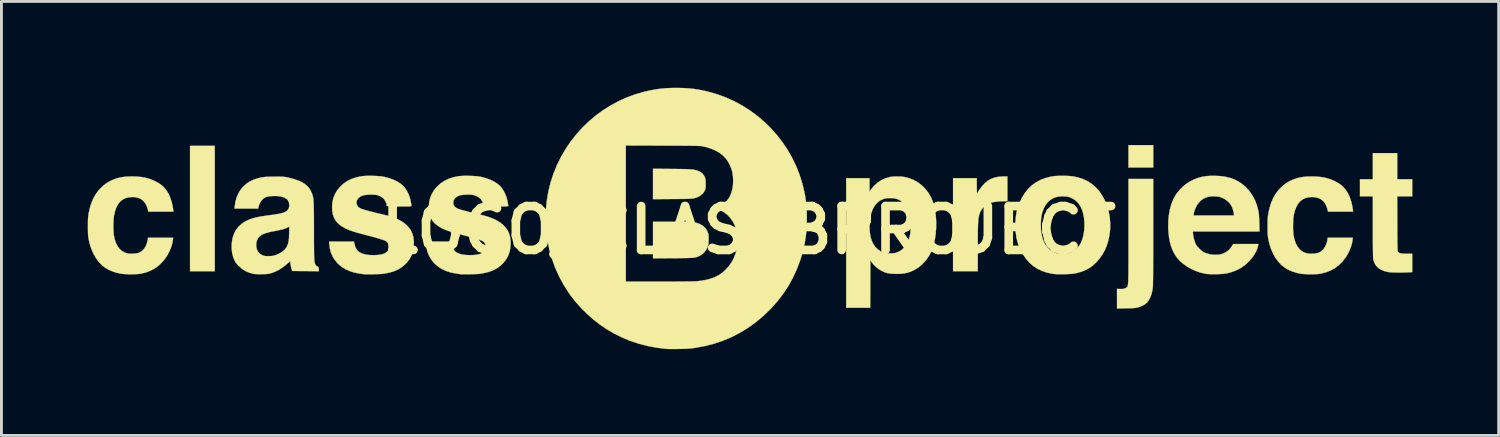
<source format=kicad_pcb>
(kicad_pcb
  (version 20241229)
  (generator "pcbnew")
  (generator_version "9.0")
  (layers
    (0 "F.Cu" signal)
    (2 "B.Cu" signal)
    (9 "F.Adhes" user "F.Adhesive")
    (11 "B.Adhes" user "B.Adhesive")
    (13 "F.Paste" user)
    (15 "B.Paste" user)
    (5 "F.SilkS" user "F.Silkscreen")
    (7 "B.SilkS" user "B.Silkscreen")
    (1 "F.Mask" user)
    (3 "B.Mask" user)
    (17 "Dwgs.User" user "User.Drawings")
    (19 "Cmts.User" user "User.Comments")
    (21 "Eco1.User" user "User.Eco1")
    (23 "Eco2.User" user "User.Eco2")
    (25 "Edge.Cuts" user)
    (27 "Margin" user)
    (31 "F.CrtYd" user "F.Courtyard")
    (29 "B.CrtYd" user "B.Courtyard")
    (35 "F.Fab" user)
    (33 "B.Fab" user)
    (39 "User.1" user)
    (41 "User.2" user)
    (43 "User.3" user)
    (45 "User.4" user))
  (footprint "LOGO_CLASSBPROJECT"
    (layer "F.Cu")
    (at 22.966 4.945)
    (property "Reference" "LOGO_CLASSBPROJECT" (at 0 0 0) (layer "F.SilkS") (effects (font (size 1.524 1.524) (thickness 0.3))))
    (attr through_hole)
    (fp_poly (pts (xy -18.554 1.427) (xy -19.413 1.427) (xy -19.413 -2.927) (xy -18.554 -2.927) (xy -18.554 1.427)) (stroke (width 0.01) (type solid)) (fill yes) (layer "F.SilkS"))
    (fp_poly (pts (xy 14.055 -2.177) (xy 13.196 -2.177) (xy 13.196 -2.951) (xy 14.055 -2.951) (xy 14.055 -2.177)) (stroke (width 0.01) (type solid)) (fill yes) (layer "F.SilkS"))
    (fp_poly (pts (xy 8.987 -1.004) (xy 8.893 -1.004) (xy 8.783 -1.001) (xy 8.676 -0.994) (xy 8.576 -0.983) (xy 8.489 -0.969) (xy 8.42 -0.953) (xy 8.414 -0.951) (xy 8.299 -0.903) (xy 8.201 -0.838) (xy 8.121 -0.756) (xy 8.057 -0.658) (xy 8.012 -0.543) (xy 8.003 -0.508) (xy 7.994 -0.47) (xy 7.987 -0.429) (xy 7.981 -0.382) (xy 7.975 -0.328) (xy 7.971 -0.265) (xy 7.967 -0.191) (xy 7.965 -0.104) (xy 7.962 -0.003) (xy 7.961 0.115) (xy 7.96 0.251) (xy 7.959 0.406) (xy 7.959 0.584) (xy 7.959 0.632) (xy 7.959 1.427) (xy 7.1 1.427) (xy 7.1 -1.802) (xy 7.922 -1.802) (xy 7.925 -1.536) (xy 7.928 -1.27) (xy 8.003 -1.383) (xy 8.099 -1.514) (xy 8.197 -1.622) (xy 8.3 -1.709) (xy 8.411 -1.775) (xy 8.531 -1.821) (xy 8.662 -1.85) (xy 8.807 -1.862) (xy 8.845 -1.862) (xy 8.987 -1.863) (xy 8.987 -1.004)) (stroke (width 0.01) (type solid)) (fill yes) (layer "F.SilkS"))
    (fp_poly (pts (xy -2.712 -0.29) (xy -2.545 -0.29) (xy -2.399 -0.289) (xy -2.274 -0.288) (xy -2.166 -0.285) (xy -2.075 -0.282) (xy -1.997 -0.277) (xy -1.931 -0.271) (xy -1.874 -0.263) (xy -1.825 -0.253) (xy -1.781 -0.241) (xy -1.741 -0.227) (xy -1.701 -0.211) (xy -1.673 -0.197) (xy -1.579 -0.139) (xy -1.503 -0.065) (xy -1.445 0.025) (xy -1.407 0.127) (xy -1.398 0.178) (xy -1.393 0.245) (xy -1.392 0.32) (xy -1.394 0.396) (xy -1.4 0.464) (xy -1.404 0.491) (xy -1.435 0.598) (xy -1.486 0.697) (xy -1.554 0.783) (xy -1.637 0.854) (xy -1.709 0.896) (xy -1.742 0.911) (xy -1.773 0.924) (xy -1.803 0.935) (xy -1.836 0.944) (xy -1.872 0.952) (xy -1.915 0.958) (xy -1.966 0.963) (xy -2.027 0.967) (xy -2.101 0.969) (xy -2.189 0.972) (xy -2.295 0.973) (xy -2.419 0.975) (xy -2.564 0.976) (xy -2.64 0.976) (xy -3.326 0.981) (xy -3.326 -0.29) (xy -2.712 -0.29)) (stroke (width 0.01) (type solid)) (fill yes) (layer "F.SilkS"))
    (fp_poly (pts (xy -2.676 -2.125) (xy -2.526 -2.124) (xy -2.397 -2.122) (xy -2.288 -2.121) (xy -2.196 -2.119) (xy -2.118 -2.116) (xy -2.053 -2.113) (xy -1.998 -2.108) (xy -1.951 -2.103) (xy -1.909 -2.097) (xy -1.871 -2.089) (xy -1.832 -2.08) (xy -1.793 -2.069) (xy -1.774 -2.063) (xy -1.69 -2.027) (xy -1.617 -1.97) (xy -1.563 -1.907) (xy -1.535 -1.86) (xy -1.516 -1.814) (xy -1.503 -1.763) (xy -1.497 -1.701) (xy -1.494 -1.622) (xy -1.494 -1.603) (xy -1.495 -1.535) (xy -1.498 -1.485) (xy -1.504 -1.445) (xy -1.514 -1.411) (xy -1.522 -1.389) (xy -1.567 -1.304) (xy -1.631 -1.234) (xy -1.714 -1.178) (xy -1.736 -1.167) (xy -1.771 -1.15) (xy -1.803 -1.136) (xy -1.835 -1.124) (xy -1.867 -1.114) (xy -1.904 -1.106) (xy -1.946 -1.099) (xy -1.996 -1.094) (xy -2.056 -1.09) (xy -2.129 -1.087) (xy -2.216 -1.084) (xy -2.32 -1.083) (xy -2.443 -1.081) (xy -2.586 -1.08) (xy -2.658 -1.08) (xy -3.326 -1.075) (xy -3.326 -2.131) (xy -2.676 -2.125)) (stroke (width 0.01) (type solid)) (fill yes) (layer "F.SilkS"))
    (fp_poly (pts (xy 22.533 -1.766) (xy 23.054 -1.766) (xy 23.054 -1.173) (xy 22.533 -1.173) (xy 22.536 -0.225) (xy 22.537 -0.051) (xy 22.537 0.1) (xy 22.538 0.231) (xy 22.539 0.341) (xy 22.539 0.435) (xy 22.54 0.512) (xy 22.541 0.575) (xy 22.543 0.625) (xy 22.545 0.664) (xy 22.547 0.694) (xy 22.549 0.715) (xy 22.552 0.731) (xy 22.555 0.742) (xy 22.559 0.75) (xy 22.564 0.756) (xy 22.565 0.758) (xy 22.586 0.78) (xy 22.614 0.796) (xy 22.652 0.808) (xy 22.705 0.816) (xy 22.774 0.82) (xy 22.864 0.822) (xy 22.869 0.822) (xy 23.054 0.822) (xy 23.054 1.46) (xy 22.899 1.468) (xy 22.796 1.472) (xy 22.689 1.474) (xy 22.583 1.475) (xy 22.48 1.473) (xy 22.386 1.471) (xy 22.306 1.466) (xy 22.243 1.46) (xy 22.217 1.457) (xy 22.083 1.424) (xy 21.969 1.376) (xy 21.875 1.314) (xy 21.799 1.238) (xy 21.744 1.148) (xy 21.707 1.043) (xy 21.7 1.01) (xy 21.697 0.982) (xy 21.695 0.93) (xy 21.693 0.854) (xy 21.691 0.754) (xy 21.689 0.63) (xy 21.688 0.481) (xy 21.687 0.309) (xy 21.687 0.112) (xy 21.687 -0.108) (xy 21.687 -1.173) (xy 21.239 -1.173) (xy 21.239 -1.766) (xy 21.687 -1.766) (xy 21.687 -2.673) (xy 22.533 -2.673) (xy 22.533 -1.766)) (stroke (width 0.01) (type solid)) (fill yes) (layer "F.SilkS"))
    (fp_poly (pts (xy 14.054 0.039) (xy 14.054 0.279) (xy 14.054 0.507) (xy 14.054 0.723) (xy 14.053 0.925) (xy 14.052 1.113) (xy 14.052 1.285) (xy 14.051 1.44) (xy 14.05 1.578) (xy 14.049 1.697) (xy 14.047 1.797) (xy 14.046 1.875) (xy 14.044 1.932) (xy 14.043 1.966) (xy 14.043 1.972) (xy 14.02 2.124) (xy 13.984 2.259) (xy 13.935 2.377) (xy 13.875 2.475) (xy 13.844 2.513) (xy 13.775 2.573) (xy 13.685 2.626) (xy 13.576 2.669) (xy 13.516 2.687) (xy 13.483 2.695) (xy 13.449 2.702) (xy 13.41 2.707) (xy 13.363 2.71) (xy 13.304 2.713) (xy 13.229 2.716) (xy 13.135 2.718) (xy 13.108 2.718) (xy 12.797 2.724) (xy 12.797 2.041) (xy 12.878 2.047) (xy 12.971 2.048) (xy 13.049 2.035) (xy 13.109 2.008) (xy 13.119 2.001) (xy 13.129 1.994) (xy 13.138 1.988) (xy 13.147 1.981) (xy 13.154 1.972) (xy 13.161 1.961) (xy 13.167 1.946) (xy 13.172 1.926) (xy 13.176 1.901) (xy 13.18 1.867) (xy 13.184 1.826) (xy 13.187 1.775) (xy 13.189 1.714) (xy 13.191 1.64) (xy 13.193 1.554) (xy 13.194 1.454) (xy 13.195 1.339) (xy 13.195 1.207) (xy 13.196 1.058) (xy 13.196 0.89) (xy 13.196 0.703) (xy 13.196 0.494) (xy 13.196 0.264) (xy 13.196 0.034) (xy 13.196 -1.778) (xy 14.055 -1.778) (xy 14.054 0.039)) (stroke (width 0.01) (type solid)) (fill yes) (layer "F.SilkS"))
    (fp_poly (pts (xy 5.249 -1.861) (xy 5.337 -1.855) (xy 5.411 -1.845) (xy 5.414 -1.845) (xy 5.584 -1.8) (xy 5.744 -1.735) (xy 5.891 -1.649) (xy 6.025 -1.545) (xy 6.145 -1.424) (xy 6.249 -1.286) (xy 6.337 -1.133) (xy 6.406 -0.966) (xy 6.441 -0.851) (xy 6.479 -0.669) (xy 6.503 -0.474) (xy 6.514 -0.271) (xy 6.512 -0.066) (xy 6.496 0.137) (xy 6.466 0.332) (xy 6.424 0.514) (xy 6.404 0.579) (xy 6.345 0.737) (xy 6.275 0.877) (xy 6.19 1.005) (xy 6.089 1.124) (xy 6.084 1.129) (xy 5.997 1.215) (xy 5.913 1.285) (xy 5.826 1.344) (xy 5.754 1.385) (xy 5.639 1.439) (xy 5.525 1.478) (xy 5.406 1.505) (xy 5.276 1.519) (xy 5.131 1.522) (xy 5.084 1.521) (xy 4.984 1.516) (xy 4.902 1.509) (xy 4.831 1.497) (xy 4.766 1.479) (xy 4.7 1.454) (xy 4.628 1.421) (xy 4.623 1.419) (xy 4.512 1.353) (xy 4.406 1.267) (xy 4.312 1.166) (xy 4.281 1.126) (xy 4.227 1.051) (xy 4.224 1.874) (xy 4.221 2.697) (xy 3.387 2.697) (xy 3.387 -0.106) (xy 4.197 -0.106) (xy 4.205 0.065) (xy 4.23 0.22) (xy 4.27 0.358) (xy 4.326 0.48) (xy 4.397 0.584) (xy 4.483 0.669) (xy 4.584 0.737) (xy 4.699 0.785) (xy 4.724 0.792) (xy 4.776 0.801) (xy 4.844 0.807) (xy 4.919 0.809) (xy 4.993 0.807) (xy 5.059 0.801) (xy 5.103 0.793) (xy 5.214 0.751) (xy 5.315 0.688) (xy 5.402 0.605) (xy 5.478 0.502) (xy 5.54 0.379) (xy 5.55 0.353) (xy 5.586 0.246) (xy 5.611 0.134) (xy 5.626 0.011) (xy 5.633 -0.097) (xy 5.634 -0.247) (xy 5.622 -0.382) (xy 5.599 -0.506) (xy 5.58 -0.573) (xy 5.527 -0.712) (xy 5.464 -0.831) (xy 5.389 -0.928) (xy 5.303 -1.005) (xy 5.204 -1.061) (xy 5.11 -1.094) (xy 5.047 -1.105) (xy 4.969 -1.111) (xy 4.885 -1.112) (xy 4.805 -1.107) (xy 4.738 -1.097) (xy 4.724 -1.094) (xy 4.611 -1.053) (xy 4.512 -0.992) (xy 4.426 -0.911) (xy 4.353 -0.811) (xy 4.294 -0.692) (xy 4.248 -0.555) (xy 4.217 -0.4) (xy 4.2 -0.228) (xy 4.197 -0.106) (xy 3.387 -0.106) (xy 3.387 -1.802) (xy 4.197 -1.802) (xy 4.197 -1.34) (xy 4.254 -1.417) (xy 4.361 -1.544) (xy 4.48 -1.651) (xy 4.611 -1.737) (xy 4.753 -1.801) (xy 4.901 -1.844) (xy 4.972 -1.854) (xy 5.058 -1.86) (xy 5.153 -1.862) (xy 5.249 -1.861)) (stroke (width 0.01) (type solid)) (fill yes) (layer "F.SilkS"))
    (fp_poly (pts (xy 16.365 -1.879) (xy 16.553 -1.855) (xy 16.726 -1.814) (xy 16.885 -1.756) (xy 17.031 -1.68) (xy 17.166 -1.585) (xy 17.269 -1.496) (xy 17.394 -1.359) (xy 17.501 -1.208) (xy 17.588 -1.044) (xy 17.657 -0.864) (xy 17.707 -0.669) (xy 17.715 -0.629) (xy 17.723 -0.571) (xy 17.73 -0.491) (xy 17.736 -0.391) (xy 17.74 -0.273) (xy 17.741 -0.239) (xy 17.747 0.048) (xy 15.43 0.048) (xy 15.438 0.14) (xy 15.45 0.218) (xy 15.469 0.304) (xy 15.494 0.389) (xy 15.522 0.464) (xy 15.54 0.502) (xy 15.575 0.555) (xy 15.626 0.614) (xy 15.685 0.673) (xy 15.747 0.725) (xy 15.805 0.765) (xy 15.817 0.772) (xy 15.915 0.812) (xy 16.027 0.841) (xy 16.145 0.857) (xy 16.263 0.86) (xy 16.373 0.848) (xy 16.408 0.84) (xy 16.521 0.8) (xy 16.623 0.74) (xy 16.71 0.664) (xy 16.78 0.572) (xy 16.788 0.558) (xy 16.831 0.485) (xy 17.27 0.484) (xy 17.709 0.484) (xy 17.701 0.529) (xy 17.669 0.648) (xy 17.617 0.768) (xy 17.542 0.891) (xy 17.508 0.937) (xy 17.39 1.079) (xy 17.261 1.2) (xy 17.119 1.303) (xy 16.963 1.387) (xy 16.791 1.455) (xy 16.625 1.501) (xy 16.565 1.511) (xy 16.486 1.52) (xy 16.395 1.526) (xy 16.295 1.531) (xy 16.192 1.533) (xy 16.093 1.533) (xy 16.002 1.53) (xy 15.924 1.524) (xy 15.875 1.518) (xy 15.707 1.479) (xy 15.542 1.424) (xy 15.384 1.353) (xy 15.236 1.269) (xy 15.1 1.174) (xy 14.98 1.069) (xy 14.88 0.957) (xy 14.837 0.898) (xy 14.757 0.76) (xy 14.692 0.61) (xy 14.642 0.446) (xy 14.606 0.265) (xy 14.585 0.067) (xy 14.578 -0.061) (xy 14.579 -0.293) (xy 14.598 -0.511) (xy 14.601 -0.533) (xy 15.458 -0.533) (xy 15.458 -0.508) (xy 16.861 -0.508) (xy 16.861 -0.539) (xy 16.856 -0.586) (xy 16.843 -0.647) (xy 16.825 -0.714) (xy 16.803 -0.778) (xy 16.784 -0.822) (xy 16.727 -0.915) (xy 16.65 -0.997) (xy 16.557 -1.068) (xy 16.453 -1.123) (xy 16.359 -1.155) (xy 16.303 -1.165) (xy 16.231 -1.171) (xy 16.152 -1.173) (xy 16.074 -1.171) (xy 16.005 -1.165) (xy 15.975 -1.16) (xy 15.864 -1.125) (xy 15.762 -1.068) (xy 15.672 -0.992) (xy 15.595 -0.897) (xy 15.543 -0.807) (xy 15.514 -0.74) (xy 15.489 -0.672) (xy 15.47 -0.608) (xy 15.459 -0.555) (xy 15.458 -0.533) (xy 14.601 -0.533) (xy 14.633 -0.714) (xy 14.685 -0.902) (xy 14.755 -1.073) (xy 14.841 -1.227) (xy 14.856 -1.25) (xy 14.969 -1.395) (xy 15.099 -1.524) (xy 15.244 -1.636) (xy 15.403 -1.728) (xy 15.476 -1.762) (xy 15.601 -1.81) (xy 15.726 -1.845) (xy 15.859 -1.869) (xy 16.003 -1.883) (xy 16.159 -1.887) (xy 16.365 -1.879)) (stroke (width 0.01) (type solid)) (fill yes) (layer "F.SilkS"))
    (fp_poly (pts (xy -21.266 -1.859) (xy -21.115 -1.846) (xy -20.978 -1.823) (xy -20.85 -1.789) (xy -20.725 -1.744) (xy -20.628 -1.7) (xy -20.509 -1.636) (xy -20.409 -1.567) (xy -20.323 -1.49) (xy -20.248 -1.4) (xy -20.182 -1.301) (xy -20.135 -1.211) (xy -20.092 -1.102) (xy -20.054 -0.983) (xy -20.023 -0.859) (xy -20.002 -0.736) (xy -20 -0.716) (xy -19.991 -0.641) (xy -20.861 -0.641) (xy -20.88 -0.719) (xy -20.919 -0.838) (xy -20.971 -0.938) (xy -21.038 -1.018) (xy -21.12 -1.079) (xy -21.216 -1.121) (xy -21.327 -1.144) (xy -21.421 -1.149) (xy -21.545 -1.139) (xy -21.656 -1.111) (xy -21.753 -1.062) (xy -21.838 -0.994) (xy -21.91 -0.905) (xy -21.969 -0.797) (xy -22.016 -0.667) (xy -22.052 -0.517) (xy -22.057 -0.486) (xy -22.066 -0.414) (xy -22.072 -0.325) (xy -22.076 -0.224) (xy -22.077 -0.12) (xy -22.075 -0.018) (xy -22.071 0.074) (xy -22.064 0.151) (xy -22.063 0.163) (xy -22.033 0.313) (xy -21.989 0.445) (xy -21.932 0.558) (xy -21.862 0.652) (xy -21.779 0.726) (xy -21.684 0.78) (xy -21.589 0.81) (xy -21.524 0.819) (xy -21.446 0.822) (xy -21.363 0.819) (xy -21.284 0.81) (xy -21.216 0.796) (xy -21.186 0.787) (xy -21.102 0.741) (xy -21.029 0.675) (xy -20.969 0.59) (xy -20.967 0.588) (xy -20.942 0.536) (xy -20.918 0.474) (xy -20.898 0.41) (xy -20.883 0.351) (xy -20.876 0.305) (xy -20.876 0.3) (xy -20.876 0.266) (xy -20.002 0.266) (xy -20.01 0.344) (xy -20.031 0.464) (xy -20.07 0.593) (xy -20.123 0.725) (xy -20.19 0.854) (xy -20.244 0.942) (xy -20.354 1.086) (xy -20.478 1.211) (xy -20.616 1.317) (xy -20.768 1.402) (xy -20.932 1.467) (xy -21.11 1.512) (xy -21.146 1.518) (xy -21.213 1.526) (xy -21.298 1.531) (xy -21.394 1.534) (xy -21.496 1.535) (xy -21.596 1.533) (xy -21.69 1.528) (xy -21.769 1.521) (xy -21.802 1.517) (xy -21.953 1.485) (xy -22.101 1.438) (xy -22.239 1.379) (xy -22.361 1.308) (xy -22.365 1.306) (xy -22.483 1.211) (xy -22.592 1.096) (xy -22.688 0.963) (xy -22.773 0.813) (xy -22.844 0.649) (xy -22.9 0.473) (xy -22.935 0.319) (xy -22.943 0.27) (xy -22.95 0.224) (xy -22.955 0.176) (xy -22.958 0.122) (xy -22.96 0.058) (xy -22.961 -0.021) (xy -22.961 -0.119) (xy -22.961 -0.133) (xy -22.961 -0.235) (xy -22.96 -0.317) (xy -22.958 -0.383) (xy -22.954 -0.439) (xy -22.95 -0.488) (xy -22.943 -0.535) (xy -22.935 -0.581) (xy -22.892 -0.775) (xy -22.837 -0.95) (xy -22.769 -1.108) (xy -22.687 -1.251) (xy -22.59 -1.381) (xy -22.533 -1.444) (xy -22.412 -1.558) (xy -22.284 -1.651) (xy -22.145 -1.727) (xy -22.001 -1.783) (xy -21.902 -1.813) (xy -21.805 -1.835) (xy -21.705 -1.85) (xy -21.595 -1.859) (xy -21.469 -1.862) (xy -21.434 -1.863) (xy -21.266 -1.859)) (stroke (width 0.01) (type solid)) (fill yes) (layer "F.SilkS"))
    (fp_poly (pts (xy 11.05 -1.884) (xy 11.146 -1.879) (xy 11.229 -1.872) (xy 11.255 -1.869) (xy 11.445 -1.83) (xy 11.621 -1.772) (xy 11.782 -1.696) (xy 11.928 -1.6) (xy 12.061 -1.484) (xy 12.181 -1.349) (xy 12.287 -1.193) (xy 12.373 -1.034) (xy 12.45 -0.849) (xy 12.507 -0.652) (xy 12.544 -0.449) (xy 12.561 -0.242) (xy 12.558 -0.033) (xy 12.535 0.173) (xy 12.492 0.374) (xy 12.43 0.567) (xy 12.379 0.685) (xy 12.293 0.841) (xy 12.191 0.989) (xy 12.076 1.121) (xy 12.065 1.132) (xy 11.953 1.234) (xy 11.833 1.319) (xy 11.704 1.389) (xy 11.561 1.446) (xy 11.399 1.492) (xy 11.355 1.502) (xy 11.294 1.512) (xy 11.215 1.52) (xy 11.121 1.526) (xy 11.02 1.531) (xy 10.914 1.533) (xy 10.81 1.533) (xy 10.713 1.531) (xy 10.628 1.526) (xy 10.56 1.519) (xy 10.553 1.518) (xy 10.362 1.477) (xy 10.188 1.418) (xy 10.028 1.342) (xy 9.883 1.246) (xy 9.752 1.131) (xy 9.634 0.995) (xy 9.528 0.839) (xy 9.455 0.706) (xy 9.391 0.566) (xy 9.342 0.426) (xy 9.306 0.281) (xy 9.283 0.125) (xy 9.27 -0.046) (xy 9.268 -0.093) (xy 9.268 -0.142) (xy 10.15 -0.142) (xy 10.153 -0.04) (xy 10.161 0.051) (xy 10.165 0.08) (xy 10.197 0.241) (xy 10.243 0.382) (xy 10.304 0.504) (xy 10.38 0.606) (xy 10.469 0.69) (xy 10.574 0.754) (xy 10.693 0.8) (xy 10.706 0.803) (xy 10.761 0.813) (xy 10.833 0.819) (xy 10.912 0.821) (xy 10.991 0.819) (xy 11.061 0.813) (xy 11.108 0.804) (xy 11.2 0.774) (xy 11.279 0.734) (xy 11.354 0.678) (xy 11.406 0.629) (xy 11.463 0.567) (xy 11.506 0.509) (xy 11.542 0.445) (xy 11.543 0.443) (xy 11.593 0.318) (xy 11.63 0.178) (xy 11.654 0.027) (xy 11.665 -0.13) (xy 11.663 -0.288) (xy 11.648 -0.443) (xy 11.619 -0.589) (xy 11.582 -0.706) (xy 11.524 -0.83) (xy 11.45 -0.937) (xy 11.362 -1.025) (xy 11.26 -1.095) (xy 11.146 -1.144) (xy 11.108 -1.155) (xy 11.048 -1.166) (xy 10.972 -1.172) (xy 10.89 -1.173) (xy 10.809 -1.169) (xy 10.739 -1.161) (xy 10.71 -1.155) (xy 10.59 -1.113) (xy 10.484 -1.051) (xy 10.392 -0.97) (xy 10.314 -0.87) (xy 10.25 -0.75) (xy 10.2 -0.61) (xy 10.177 -0.517) (xy 10.165 -0.441) (xy 10.156 -0.349) (xy 10.151 -0.247) (xy 10.15 -0.142) (xy 9.268 -0.142) (xy 9.269 -0.285) (xy 9.281 -0.46) (xy 9.306 -0.622) (xy 9.345 -0.775) (xy 9.399 -0.924) (xy 9.409 -0.948) (xy 9.498 -1.131) (xy 9.599 -1.293) (xy 9.714 -1.436) (xy 9.843 -1.559) (xy 9.986 -1.662) (xy 10.143 -1.746) (xy 10.315 -1.811) (xy 10.501 -1.857) (xy 10.571 -1.869) (xy 10.645 -1.877) (xy 10.736 -1.883) (xy 10.838 -1.886) (xy 10.944 -1.886) (xy 11.05 -1.884)) (stroke (width 0.01) (type solid)) (fill yes) (layer "F.SilkS"))
    (fp_poly (pts (xy 19.725 -1.859) (xy 19.875 -1.846) (xy 20.012 -1.823) (xy 20.141 -1.789) (xy 20.266 -1.744) (xy 20.363 -1.7) (xy 20.482 -1.636) (xy 20.582 -1.567) (xy 20.667 -1.49) (xy 20.743 -1.4) (xy 20.809 -1.301) (xy 20.856 -1.211) (xy 20.899 -1.102) (xy 20.937 -0.983) (xy 20.967 -0.859) (xy 20.988 -0.736) (xy 20.991 -0.716) (xy 21 -0.641) (xy 20.13 -0.641) (xy 20.111 -0.719) (xy 20.072 -0.838) (xy 20.019 -0.938) (xy 19.952 -1.018) (xy 19.871 -1.079) (xy 19.775 -1.121) (xy 19.663 -1.144) (xy 19.57 -1.149) (xy 19.446 -1.139) (xy 19.335 -1.111) (xy 19.237 -1.062) (xy 19.153 -0.994) (xy 19.081 -0.905) (xy 19.022 -0.797) (xy 18.974 -0.667) (xy 18.939 -0.517) (xy 18.934 -0.486) (xy 18.925 -0.414) (xy 18.919 -0.325) (xy 18.915 -0.224) (xy 18.914 -0.12) (xy 18.915 -0.018) (xy 18.92 0.074) (xy 18.927 0.151) (xy 18.928 0.163) (xy 18.958 0.313) (xy 19.002 0.445) (xy 19.059 0.558) (xy 19.129 0.652) (xy 19.212 0.726) (xy 19.307 0.78) (xy 19.402 0.81) (xy 19.467 0.819) (xy 19.545 0.822) (xy 19.627 0.819) (xy 19.707 0.81) (xy 19.775 0.796) (xy 19.805 0.787) (xy 19.889 0.741) (xy 19.962 0.675) (xy 20.022 0.59) (xy 20.023 0.588) (xy 20.049 0.536) (xy 20.073 0.474) (xy 20.093 0.41) (xy 20.108 0.351) (xy 20.114 0.305) (xy 20.114 0.3) (xy 20.114 0.266) (xy 20.989 0.266) (xy 20.981 0.344) (xy 20.96 0.464) (xy 20.921 0.593) (xy 20.868 0.725) (xy 20.801 0.854) (xy 20.747 0.942) (xy 20.637 1.086) (xy 20.513 1.211) (xy 20.375 1.317) (xy 20.223 1.402) (xy 20.058 1.467) (xy 19.881 1.512) (xy 19.844 1.518) (xy 19.777 1.526) (xy 19.693 1.531) (xy 19.596 1.534) (xy 19.495 1.535) (xy 19.394 1.533) (xy 19.301 1.528) (xy 19.222 1.521) (xy 19.189 1.517) (xy 19.037 1.485) (xy 18.889 1.438) (xy 18.751 1.379) (xy 18.63 1.308) (xy 18.626 1.306) (xy 18.507 1.211) (xy 18.399 1.096) (xy 18.302 0.963) (xy 18.218 0.813) (xy 18.147 0.649) (xy 18.091 0.473) (xy 18.056 0.319) (xy 18.047 0.27) (xy 18.041 0.224) (xy 18.036 0.176) (xy 18.033 0.122) (xy 18.031 0.058) (xy 18.03 -0.021) (xy 18.03 -0.119) (xy 18.03 -0.133) (xy 18.03 -0.235) (xy 18.031 -0.317) (xy 18.033 -0.383) (xy 18.036 -0.439) (xy 18.041 -0.488) (xy 18.048 -0.535) (xy 18.056 -0.581) (xy 18.099 -0.775) (xy 18.154 -0.95) (xy 18.222 -1.108) (xy 18.304 -1.251) (xy 18.401 -1.381) (xy 18.458 -1.444) (xy 18.579 -1.558) (xy 18.707 -1.651) (xy 18.846 -1.727) (xy 18.99 -1.783) (xy 19.089 -1.813) (xy 19.186 -1.835) (xy 19.286 -1.85) (xy 19.396 -1.859) (xy 19.522 -1.862) (xy 19.556 -1.863) (xy 19.725 -1.859)) (stroke (width 0.01) (type solid)) (fill yes) (layer "F.SilkS"))
    (fp_poly (pts (xy -13.046 -1.884) (xy -12.94 -1.88) (xy -12.84 -1.873) (xy -12.752 -1.864) (xy -12.682 -1.853) (xy -12.672 -1.851) (xy -12.499 -1.806) (xy -12.343 -1.75) (xy -12.206 -1.684) (xy -12.089 -1.607) (xy -11.993 -1.521) (xy -11.955 -1.477) (xy -11.902 -1.401) (xy -11.851 -1.311) (xy -11.808 -1.217) (xy -11.783 -1.149) (xy -11.769 -1.102) (xy -11.755 -1.044) (xy -11.742 -0.983) (xy -11.731 -0.925) (xy -11.723 -0.876) (xy -11.72 -0.845) (xy -11.721 -0.839) (xy -11.725 -0.834) (xy -11.735 -0.831) (xy -11.754 -0.828) (xy -11.782 -0.826) (xy -11.823 -0.824) (xy -11.88 -0.823) (xy -11.954 -0.823) (xy -12.048 -0.823) (xy -12.142 -0.822) (xy -12.257 -0.822) (xy -12.349 -0.823) (xy -12.422 -0.823) (xy -12.477 -0.825) (xy -12.518 -0.828) (xy -12.546 -0.832) (xy -12.564 -0.837) (xy -12.574 -0.845) (xy -12.578 -0.855) (xy -12.579 -0.867) (xy -12.579 -0.877) (xy -12.586 -0.913) (xy -12.604 -0.96) (xy -12.629 -1.01) (xy -12.658 -1.057) (xy -12.68 -1.086) (xy -12.74 -1.137) (xy -12.816 -1.181) (xy -12.901 -1.213) (xy -12.941 -1.223) (xy -12.995 -1.23) (xy -13.064 -1.233) (xy -13.142 -1.233) (xy -13.222 -1.23) (xy -13.299 -1.223) (xy -13.365 -1.214) (xy -13.416 -1.203) (xy -13.426 -1.199) (xy -13.507 -1.159) (xy -13.568 -1.108) (xy -13.609 -1.047) (xy -13.628 -0.98) (xy -13.629 -0.936) (xy -13.614 -0.871) (xy -13.581 -0.818) (xy -13.527 -0.773) (xy -13.481 -0.749) (xy -13.44 -0.732) (xy -13.376 -0.712) (xy -13.293 -0.687) (xy -13.192 -0.66) (xy -13.074 -0.629) (xy -12.942 -0.596) (xy -12.798 -0.562) (xy -12.719 -0.544) (xy -12.535 -0.497) (xy -12.373 -0.447) (xy -12.232 -0.392) (xy -12.108 -0.331) (xy -12 -0.264) (xy -11.906 -0.189) (xy -11.832 -0.114) (xy -11.754 -0.012) (xy -11.697 0.1) (xy -11.659 0.223) (xy -11.639 0.36) (xy -11.636 0.45) (xy -11.644 0.609) (xy -11.672 0.753) (xy -11.718 0.885) (xy -11.785 1.007) (xy -11.872 1.122) (xy -11.953 1.204) (xy -12.062 1.293) (xy -12.183 1.367) (xy -12.318 1.427) (xy -12.47 1.473) (xy -12.64 1.508) (xy -12.709 1.518) (xy -12.757 1.523) (xy -12.823 1.527) (xy -12.901 1.53) (xy -12.987 1.533) (xy -13.076 1.534) (xy -13.164 1.535) (xy -13.246 1.535) (xy -13.316 1.534) (xy -13.371 1.531) (xy -13.402 1.528) (xy -13.428 1.524) (xy -13.47 1.518) (xy -13.519 1.511) (xy -13.522 1.511) (xy -13.701 1.476) (xy -13.866 1.424) (xy -14.016 1.356) (xy -14.149 1.272) (xy -14.265 1.174) (xy -14.286 1.153) (xy -14.388 1.03) (xy -14.466 0.901) (xy -14.523 0.765) (xy -14.558 0.619) (xy -14.571 0.511) (xy -14.578 0.399) (xy -13.718 0.399) (xy -13.703 0.469) (xy -13.676 0.57) (xy -13.639 0.651) (xy -13.591 0.716) (xy -13.528 0.767) (xy -13.47 0.799) (xy -13.392 0.829) (xy -13.305 0.851) (xy -13.206 0.864) (xy -13.09 0.87) (xy -13.035 0.871) (xy -12.9 0.866) (xy -12.785 0.851) (xy -12.691 0.826) (xy -12.614 0.79) (xy -12.555 0.743) (xy -12.545 0.733) (xy -12.51 0.675) (xy -12.494 0.61) (xy -12.498 0.543) (xy -12.52 0.478) (xy -12.56 0.421) (xy -12.599 0.388) (xy -12.635 0.368) (xy -12.694 0.345) (xy -12.775 0.317) (xy -12.876 0.286) (xy -12.997 0.251) (xy -13.136 0.213) (xy -13.293 0.173) (xy -13.301 0.171) (xy -13.455 0.131) (xy -13.588 0.094) (xy -13.702 0.06) (xy -13.801 0.028) (xy -13.887 -0.003) (xy -13.962 -0.035) (xy -14.03 -0.067) (xy -14.034 -0.069) (xy -14.159 -0.143) (xy -14.262 -0.224) (xy -14.343 -0.314) (xy -14.404 -0.416) (xy -14.447 -0.531) (xy -14.471 -0.66) (xy -14.478 -0.798) (xy -14.467 -0.956) (xy -14.435 -1.104) (xy -14.381 -1.243) (xy -14.304 -1.374) (xy -14.204 -1.498) (xy -14.191 -1.513) (xy -14.073 -1.62) (xy -13.939 -1.71) (xy -13.79 -1.782) (xy -13.625 -1.836) (xy -13.446 -1.872) (xy -13.419 -1.875) (xy -13.345 -1.882) (xy -13.254 -1.885) (xy -13.153 -1.886) (xy -13.046 -1.884)) (stroke (width 0.01) (type solid)) (fill yes) (layer "F.SilkS"))
    (fp_poly (pts (xy -9.684 -1.884) (xy -9.578 -1.88) (xy -9.478 -1.873) (xy -9.39 -1.864) (xy -9.32 -1.853) (xy -9.31 -1.851) (xy -9.136 -1.806) (xy -8.981 -1.75) (xy -8.844 -1.684) (xy -8.727 -1.607) (xy -8.631 -1.521) (xy -8.593 -1.477) (xy -8.54 -1.401) (xy -8.489 -1.311) (xy -8.445 -1.217) (xy -8.42 -1.149) (xy -8.407 -1.102) (xy -8.393 -1.044) (xy -8.379 -0.983) (xy -8.368 -0.925) (xy -8.361 -0.876) (xy -8.358 -0.845) (xy -8.359 -0.839) (xy -8.363 -0.834) (xy -8.373 -0.831) (xy -8.391 -0.828) (xy -8.42 -0.826) (xy -8.461 -0.824) (xy -8.517 -0.823) (xy -8.591 -0.823) (xy -8.685 -0.823) (xy -8.78 -0.822) (xy -8.894 -0.822) (xy -8.986 -0.823) (xy -9.059 -0.823) (xy -9.115 -0.825) (xy -9.155 -0.828) (xy -9.184 -0.832) (xy -9.201 -0.837) (xy -9.211 -0.845) (xy -9.216 -0.855) (xy -9.217 -0.867) (xy -9.217 -0.877) (xy -9.223 -0.913) (xy -9.241 -0.96) (xy -9.266 -1.01) (xy -9.295 -1.057) (xy -9.318 -1.086) (xy -9.377 -1.137) (xy -9.453 -1.181) (xy -9.539 -1.213) (xy -9.578 -1.223) (xy -9.633 -1.23) (xy -9.702 -1.233) (xy -9.78 -1.233) (xy -9.86 -1.23) (xy -9.936 -1.223) (xy -10.003 -1.214) (xy -10.053 -1.203) (xy -10.063 -1.199) (xy -10.144 -1.159) (xy -10.206 -1.108) (xy -10.247 -1.047) (xy -10.266 -0.98) (xy -10.266 -0.936) (xy -10.252 -0.871) (xy -10.218 -0.818) (xy -10.164 -0.773) (xy -10.119 -0.749) (xy -10.077 -0.732) (xy -10.014 -0.712) (xy -9.931 -0.687) (xy -9.829 -0.66) (xy -9.712 -0.629) (xy -9.58 -0.596) (xy -9.435 -0.562) (xy -9.356 -0.544) (xy -9.173 -0.497) (xy -9.011 -0.447) (xy -8.869 -0.392) (xy -8.746 -0.331) (xy -8.638 -0.264) (xy -8.544 -0.189) (xy -8.469 -0.114) (xy -8.392 -0.012) (xy -8.334 0.1) (xy -8.296 0.223) (xy -8.276 0.36) (xy -8.273 0.45) (xy -8.282 0.609) (xy -8.309 0.753) (xy -8.356 0.885) (xy -8.422 1.007) (xy -8.51 1.122) (xy -8.59 1.204) (xy -8.699 1.293) (xy -8.82 1.367) (xy -8.955 1.427) (xy -9.107 1.473) (xy -9.277 1.508) (xy -9.347 1.518) (xy -9.395 1.523) (xy -9.461 1.527) (xy -9.539 1.53) (xy -9.625 1.533) (xy -9.714 1.534) (xy -9.802 1.535) (xy -9.883 1.535) (xy -9.954 1.534) (xy -10.009 1.531) (xy -10.039 1.528) (xy -10.066 1.524) (xy -10.108 1.518) (xy -10.156 1.511) (xy -10.16 1.511) (xy -10.339 1.476) (xy -10.504 1.424) (xy -10.653 1.356) (xy -10.787 1.272) (xy -10.902 1.174) (xy -10.923 1.153) (xy -11.025 1.03) (xy -11.104 0.901) (xy -11.161 0.765) (xy -11.196 0.619) (xy -11.208 0.511) (xy -11.216 0.399) (xy -10.355 0.399) (xy -10.341 0.469) (xy -10.314 0.57) (xy -10.277 0.651) (xy -10.228 0.716) (xy -10.165 0.767) (xy -10.107 0.799) (xy -10.029 0.829) (xy -9.943 0.851) (xy -9.844 0.864) (xy -9.728 0.87) (xy -9.673 0.871) (xy -9.537 0.866) (xy -9.423 0.851) (xy -9.328 0.826) (xy -9.252 0.79) (xy -9.193 0.743) (xy -9.183 0.733) (xy -9.147 0.675) (xy -9.132 0.61) (xy -9.136 0.543) (xy -9.158 0.478) (xy -9.197 0.421) (xy -9.236 0.388) (xy -9.273 0.368) (xy -9.332 0.345) (xy -9.412 0.317) (xy -9.514 0.286) (xy -9.635 0.251) (xy -9.774 0.213) (xy -9.931 0.173) (xy -9.938 0.171) (xy -10.092 0.131) (xy -10.225 0.094) (xy -10.34 0.06) (xy -10.439 0.028) (xy -10.524 -0.003) (xy -10.6 -0.035) (xy -10.668 -0.067) (xy -10.671 -0.069) (xy -10.797 -0.143) (xy -10.899 -0.224) (xy -10.981 -0.314) (xy -11.042 -0.416) (xy -11.084 -0.531) (xy -11.108 -0.66) (xy -11.116 -0.798) (xy -11.105 -0.956) (xy -11.073 -1.104) (xy -11.019 -1.243) (xy -10.942 -1.374) (xy -10.842 -1.498) (xy -10.828 -1.513) (xy -10.711 -1.62) (xy -10.577 -1.71) (xy -10.427 -1.782) (xy -10.262 -1.836) (xy -10.083 -1.872) (xy -10.056 -1.875) (xy -9.982 -1.882) (xy -9.891 -1.885) (xy -9.79 -1.886) (xy -9.684 -1.884)) (stroke (width 0.01) (type solid)) (fill yes) (layer "F.SilkS"))
    (fp_poly (pts (xy -2.301 -4.937) (xy -2.102 -4.925) (xy -1.911 -4.906) (xy -1.722 -4.876) (xy -1.527 -4.837) (xy -1.405 -4.808) (xy -1.096 -4.72) (xy -0.795 -4.609) (xy -0.504 -4.478) (xy -0.224 -4.326) (xy 0.044 -4.156) (xy 0.299 -3.968) (xy 0.541 -3.762) (xy 0.768 -3.541) (xy 0.979 -3.304) (xy 1.173 -3.054) (xy 1.35 -2.79) (xy 1.508 -2.514) (xy 1.647 -2.226) (xy 1.765 -1.928) (xy 1.861 -1.621) (xy 1.885 -1.529) (xy 1.929 -1.34) (xy 1.964 -1.162) (xy 1.989 -0.987) (xy 2.007 -0.808) (xy 2.017 -0.62) (xy 2.02 -0.415) (xy 2.02 -0.398) (xy 2.013 -0.109) (xy 1.99 0.166) (xy 1.95 0.432) (xy 1.893 0.694) (xy 1.818 0.958) (xy 1.782 1.069) (xy 1.665 1.376) (xy 1.529 1.668) (xy 1.375 1.946) (xy 1.2 2.211) (xy 1.004 2.466) (xy 0.787 2.711) (xy 0.732 2.768) (xy 0.488 3.001) (xy 0.232 3.213) (xy -0.035 3.403) (xy -0.313 3.572) (xy -0.603 3.72) (xy -0.903 3.846) (xy -1.214 3.95) (xy -1.536 4.032) (xy -1.868 4.093) (xy -1.927 4.101) (xy -2 4.11) (xy -2.076 4.117) (xy -2.159 4.122) (xy -2.254 4.126) (xy -2.366 4.129) (xy -2.449 4.13) (xy -2.54 4.131) (xy -2.626 4.131) (xy -2.703 4.131) (xy -2.767 4.131) (xy -2.815 4.13) (xy -2.842 4.129) (xy -2.842 4.129) (xy -3.18 4.089) (xy -3.505 4.029) (xy -3.817 3.949) (xy -4.118 3.849) (xy -4.409 3.728) (xy -4.692 3.586) (xy -4.935 3.444) (xy -5.164 3.288) (xy -5.39 3.113) (xy -5.609 2.92) (xy -5.816 2.715) (xy -6.009 2.5) (xy -6.183 2.279) (xy -6.256 2.177) (xy -6.435 1.895) (xy -6.492 1.79) (xy -4.27 1.79) (xy -3.098 1.79) (xy -2.896 1.79) (xy -2.708 1.79) (xy -2.534 1.789) (xy -2.375 1.788) (xy -2.232 1.787) (xy -2.107 1.786) (xy -2.001 1.784) (xy -1.916 1.782) (xy -1.851 1.78) (xy -1.809 1.778) (xy -1.8 1.778) (xy -1.615 1.754) (xy -1.45 1.723) (xy -1.303 1.682) (xy -1.17 1.631) (xy -1.049 1.569) (xy -0.938 1.494) (xy -0.832 1.405) (xy -0.824 1.397) (xy -0.7 1.264) (xy -0.595 1.117) (xy -0.511 0.956) (xy -0.447 0.785) (xy -0.405 0.605) (xy -0.404 0.603) (xy -0.394 0.512) (xy -0.389 0.409) (xy -0.389 0.3) (xy -0.395 0.194) (xy -0.406 0.097) (xy -0.422 0.018) (xy -0.476 -0.144) (xy -0.547 -0.289) (xy -0.635 -0.417) (xy -0.74 -0.529) (xy -0.863 -0.623) (xy -1.003 -0.7) (xy -1.019 -0.708) (xy -1.058 -0.726) (xy -1.087 -0.741) (xy -1.1 -0.75) (xy -1.1 -0.751) (xy -1.091 -0.76) (xy -1.068 -0.773) (xy -0.987 -0.818) (xy -0.903 -0.881) (xy -0.821 -0.955) (xy -0.747 -1.035) (xy -0.687 -1.116) (xy -0.663 -1.156) (xy -0.609 -1.28) (xy -0.57 -1.418) (xy -0.547 -1.567) (xy -0.54 -1.721) (xy -0.548 -1.877) (xy -0.574 -2.03) (xy -0.581 -2.059) (xy -0.61 -2.15) (xy -0.651 -2.248) (xy -0.7 -2.345) (xy -0.753 -2.431) (xy -0.792 -2.483) (xy -0.896 -2.591) (xy -1.018 -2.686) (xy -1.159 -2.766) (xy -1.318 -2.833) (xy -1.497 -2.888) (xy -1.603 -2.912) (xy -1.62 -2.915) (xy -1.642 -2.918) (xy -1.668 -2.92) (xy -1.7 -2.922) (xy -1.74 -2.924) (xy -1.789 -2.926) (xy -1.849 -2.928) (xy -1.921 -2.929) (xy -2.006 -2.93) (xy -2.107 -2.931) (xy -2.223 -2.932) (xy -2.357 -2.933) (xy -2.511 -2.934) (xy -2.685 -2.935) (xy -2.881 -2.935) (xy -2.985 -2.936) (xy -4.27 -2.94) (xy -4.27 1.79) (xy -6.492 1.79) (xy -6.592 1.604) (xy -6.727 1.304) (xy -6.839 0.995) (xy -6.928 0.678) (xy -6.994 0.352) (xy -7.034 0.063) (xy -7.046 -0.088) (xy -7.052 -0.257) (xy -7.053 -0.434) (xy -7.048 -0.615) (xy -7.039 -0.791) (xy -7.024 -0.956) (xy -7.014 -1.034) (xy -6.96 -1.352) (xy -6.883 -1.662) (xy -6.784 -1.964) (xy -6.664 -2.258) (xy -6.524 -2.541) (xy -6.366 -2.814) (xy -6.189 -3.074) (xy -5.995 -3.322) (xy -5.784 -3.556) (xy -5.558 -3.775) (xy -5.318 -3.978) (xy -5.063 -4.165) (xy -4.796 -4.333) (xy -4.517 -4.483) (xy -4.226 -4.614) (xy -3.925 -4.723) (xy -3.626 -4.808) (xy -3.424 -4.854) (xy -3.232 -4.889) (xy -3.043 -4.915) (xy -2.85 -4.931) (xy -2.645 -4.939) (xy -2.516 -4.94) (xy -2.301 -4.937)) (stroke (width 0.01) (type solid)) (fill yes) (layer "F.SilkS"))
    (fp_poly (pts (xy -16.368 -1.856) (xy -16.287 -1.855) (xy -16.223 -1.854) (xy -16.17 -1.851) (xy -16.125 -1.847) (xy -16.083 -1.841) (xy -16.04 -1.833) (xy -16.019 -1.829) (xy -15.811 -1.777) (xy -15.616 -1.706) (xy -15.542 -1.673) (xy -15.427 -1.604) (xy -15.329 -1.519) (xy -15.248 -1.418) (xy -15.187 -1.302) (xy -15.149 -1.191) (xy -15.142 -1.161) (xy -15.135 -1.127) (xy -15.13 -1.089) (xy -15.125 -1.045) (xy -15.121 -0.992) (xy -15.118 -0.93) (xy -15.115 -0.857) (xy -15.113 -0.771) (xy -15.111 -0.67) (xy -15.109 -0.553) (xy -15.108 -0.418) (xy -15.108 -0.264) (xy -15.107 -0.088) (xy -15.107 0.073) (xy -15.107 0.261) (xy -15.107 0.428) (xy -15.106 0.573) (xy -15.105 0.699) (xy -15.104 0.807) (xy -15.102 0.898) (xy -15.098 0.975) (xy -15.094 1.038) (xy -15.089 1.09) (xy -15.082 1.131) (xy -15.074 1.164) (xy -15.064 1.19) (xy -15.052 1.211) (xy -15.038 1.227) (xy -15.022 1.242) (xy -15.003 1.255) (xy -14.986 1.268) (xy -14.958 1.289) (xy -14.944 1.308) (xy -14.939 1.335) (xy -14.938 1.364) (xy -14.938 1.428) (xy -15.399 1.424) (xy -15.861 1.421) (xy -15.883 1.355) (xy -15.895 1.311) (xy -15.908 1.253) (xy -15.918 1.194) (xy -15.919 1.184) (xy -15.933 1.079) (xy -16.038 1.172) (xy -16.18 1.286) (xy -16.321 1.378) (xy -16.463 1.449) (xy -16.591 1.495) (xy -16.633 1.507) (xy -16.671 1.516) (xy -16.711 1.522) (xy -16.758 1.526) (xy -16.817 1.529) (xy -16.894 1.531) (xy -16.915 1.531) (xy -17.018 1.532) (xy -17.1 1.53) (xy -17.164 1.526) (xy -17.212 1.519) (xy -17.359 1.478) (xy -17.491 1.42) (xy -17.61 1.344) (xy -17.719 1.247) (xy -17.72 1.247) (xy -17.775 1.188) (xy -17.817 1.136) (xy -17.849 1.085) (xy -17.868 1.049) (xy -17.917 0.924) (xy -17.95 0.788) (xy -17.966 0.646) (xy -17.966 0.538) (xy -17.114 0.538) (xy -17.101 0.632) (xy -17.095 0.654) (xy -17.059 0.737) (xy -17.004 0.805) (xy -16.931 0.858) (xy -16.869 0.885) (xy -16.835 0.896) (xy -16.8 0.902) (xy -16.755 0.904) (xy -16.695 0.904) (xy -16.661 0.903) (xy -16.595 0.901) (xy -16.545 0.897) (xy -16.504 0.889) (xy -16.462 0.877) (xy -16.413 0.86) (xy -16.407 0.857) (xy -16.29 0.805) (xy -16.195 0.745) (xy -16.12 0.676) (xy -16.062 0.596) (xy -16.044 0.563) (xy -16.022 0.512) (xy -16.004 0.463) (xy -15.991 0.411) (xy -15.982 0.351) (xy -15.975 0.28) (xy -15.971 0.192) (xy -15.969 0.118) (xy -15.963 -0.121) (xy -16.051 -0.079) (xy -16.09 -0.062) (xy -16.134 -0.045) (xy -16.185 -0.03) (xy -16.247 -0.014) (xy -16.323 0.003) (xy -16.416 0.022) (xy -16.522 0.042) (xy -16.651 0.069) (xy -16.758 0.097) (xy -16.846 0.128) (xy -16.918 0.162) (xy -16.976 0.201) (xy -17.023 0.246) (xy -17.049 0.281) (xy -17.087 0.356) (xy -17.109 0.444) (xy -17.114 0.538) (xy -17.966 0.538) (xy -17.966 0.501) (xy -17.951 0.359) (xy -17.919 0.222) (xy -17.872 0.097) (xy -17.818 -0.002) (xy -17.728 -0.117) (xy -17.62 -0.217) (xy -17.497 -0.3) (xy -17.395 -0.35) (xy -17.319 -0.38) (xy -17.239 -0.407) (xy -17.152 -0.431) (xy -17.055 -0.453) (xy -16.945 -0.474) (xy -16.817 -0.494) (xy -16.67 -0.514) (xy -16.623 -0.52) (xy -16.486 -0.539) (xy -16.371 -0.557) (xy -16.276 -0.576) (xy -16.198 -0.596) (xy -16.135 -0.618) (xy -16.085 -0.643) (xy -16.046 -0.671) (xy -16.015 -0.703) (xy -16 -0.725) (xy -15.973 -0.789) (xy -15.964 -0.862) (xy -15.972 -0.938) (xy -15.998 -1.01) (xy -16.023 -1.051) (xy -16.062 -1.087) (xy -16.119 -1.121) (xy -16.188 -1.15) (xy -16.265 -1.17) (xy -16.283 -1.174) (xy -16.35 -1.181) (xy -16.429 -1.185) (xy -16.513 -1.184) (xy -16.596 -1.18) (xy -16.671 -1.172) (xy -16.734 -1.16) (xy -16.766 -1.151) (xy -16.851 -1.105) (xy -16.921 -1.04) (xy -16.978 -0.957) (xy -17.019 -0.856) (xy -17.03 -0.813) (xy -17.045 -0.75) (xy -17.868 -0.75) (xy -17.859 -0.826) (xy -17.833 -0.992) (xy -17.792 -1.14) (xy -17.735 -1.273) (xy -17.662 -1.394) (xy -17.57 -1.504) (xy -17.55 -1.524) (xy -17.453 -1.611) (xy -17.351 -1.681) (xy -17.236 -1.737) (xy -17.14 -1.773) (xy -17.063 -1.797) (xy -16.991 -1.817) (xy -16.921 -1.831) (xy -16.848 -1.842) (xy -16.767 -1.85) (xy -16.674 -1.854) (xy -16.564 -1.856) (xy -16.468 -1.856) (xy -16.368 -1.856)) (stroke (width 0.01) (type solid)) (fill yes) (layer "F.SilkS")))
  (gr_rect
    (start -3 -3)
    (end 49.025 12.081)
    (stroke (width 0.1) (type default))
    (fill no)
    (layer "Edge.Cuts")))
</source>
